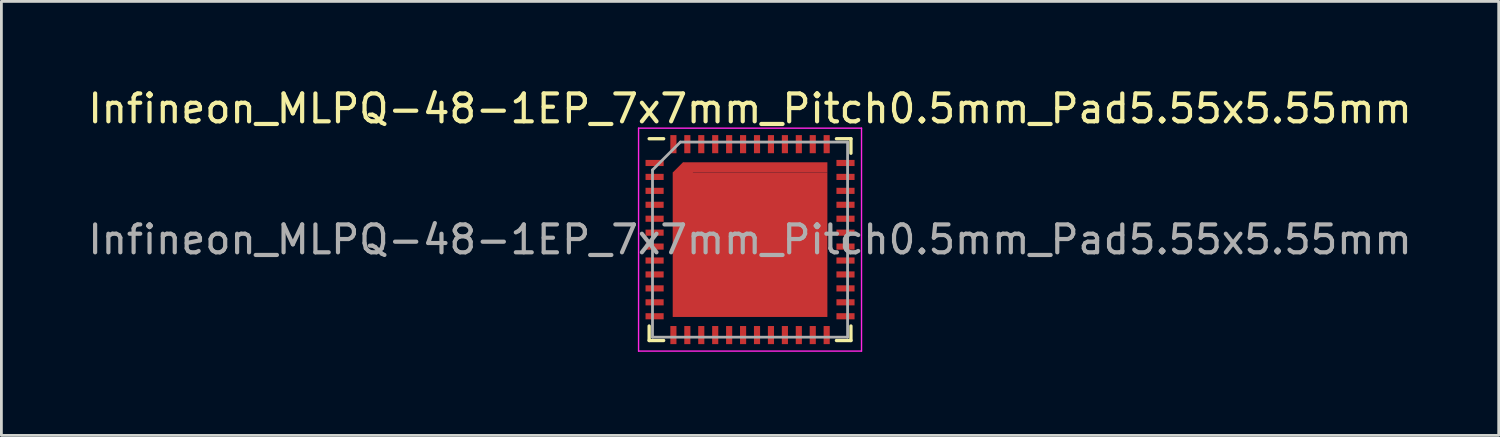
<source format=kicad_pcb>
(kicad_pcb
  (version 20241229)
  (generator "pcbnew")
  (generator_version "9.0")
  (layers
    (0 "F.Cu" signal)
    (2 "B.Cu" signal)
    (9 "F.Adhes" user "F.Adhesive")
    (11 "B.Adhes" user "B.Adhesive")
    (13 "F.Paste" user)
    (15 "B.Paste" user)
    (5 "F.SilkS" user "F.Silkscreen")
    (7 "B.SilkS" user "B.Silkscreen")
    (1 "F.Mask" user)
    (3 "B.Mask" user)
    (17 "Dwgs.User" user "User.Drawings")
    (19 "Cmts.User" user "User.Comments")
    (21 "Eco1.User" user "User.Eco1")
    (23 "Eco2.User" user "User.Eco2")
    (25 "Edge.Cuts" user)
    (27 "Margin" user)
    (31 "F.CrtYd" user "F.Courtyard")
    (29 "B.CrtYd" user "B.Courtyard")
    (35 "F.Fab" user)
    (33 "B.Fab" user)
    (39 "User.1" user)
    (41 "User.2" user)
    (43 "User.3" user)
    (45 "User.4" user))
  (footprint "Infineon_MLPQ-48-1EP_7x7mm_Pitch0.5mm_Pad5.55x5.55mm"
    (layer "F.Cu")
    (at 23.863 5.548)
    (property "Reference" "Infineon_MLPQ-48-1EP_7x7mm_Pitch0.5mm_Pad5.55x5.55mm" (at 0 -4.7 0) (layer "F.SilkS") (effects (font (size 1 1) (thickness 0.15))))
    (attr smd)
    (fp_line (start -3.62 -3.62) (end -3.1 -3.62) (stroke (width 0.12) (type solid)) (layer "F.SilkS"))
    (fp_line (start -3.62 3.62) (end -3.62 3.1) (stroke (width 0.12) (type solid)) (layer "F.SilkS"))
    (fp_line (start -3.1 3.62) (end -3.62 3.62) (stroke (width 0.12) (type solid)) (layer "F.SilkS"))
    (fp_line (start 3.1 -3.62) (end 3.62 -3.62) (stroke (width 0.12) (type solid)) (layer "F.SilkS"))
    (fp_line (start 3.1 3.62) (end 3.62 3.62) (stroke (width 0.12) (type solid)) (layer "F.SilkS"))
    (fp_line (start 3.62 -3.1) (end 3.62 -3.62) (stroke (width 0.12) (type solid)) (layer "F.SilkS"))
    (fp_line (start 3.62 3.62) (end 3.62 3.1) (stroke (width 0.12) (type solid)) (layer "F.SilkS"))
    (fp_line (start -4 -4) (end -4 4) (stroke (width 0.05) (type solid)) (layer "F.CrtYd"))
    (fp_line (start -4 4) (end 4 4) (stroke (width 0.05) (type solid)) (layer "F.CrtYd"))
    (fp_line (start 4 -4) (end -4 -4) (stroke (width 0.05) (type solid)) (layer "F.CrtYd"))
    (fp_line (start 4 4) (end 4 -4) (stroke (width 0.05) (type solid)) (layer "F.CrtYd"))
    (fp_line (start -3.5 3.5) (end -3.5 -2.5) (stroke (width 0.1) (type solid)) (layer "F.Fab"))
    (fp_line (start -2.5 -3.5) (end -3.5 -2.5) (stroke (width 0.1) (type solid)) (layer "F.Fab"))
    (fp_line (start 3.5 -3.5) (end -2.5 -3.5) (stroke (width 0.1) (type solid)) (layer "F.Fab"))
    (fp_line (start 3.5 -3.5) (end 3.5 3.5) (stroke (width 0.1) (type solid)) (layer "F.Fab"))
    (fp_line (start 3.5 3.5) (end -3.5 3.5) (stroke (width 0.1) (type solid)) (layer "F.Fab"))
    (fp_text user "${REFERENCE}" (at 0 0 0) (layer "F.Fab") (effects (font (size 1 1) (thickness 0.15))))
    (pad "" smd rect (at -3.425 -2.75) (size 0.55 0.22) (layers "F.Paste"))
    (pad "" smd rect (at -3.425 -2.25) (size 0.55 0.22) (layers "F.Paste"))
    (pad "" smd rect (at -3.425 -1.75) (size 0.55 0.22) (layers "F.Paste"))
    (pad "" smd rect (at -3.425 -1.25) (size 0.55 0.22) (layers "F.Paste"))
    (pad "" smd rect (at -3.425 -0.75) (size 0.55 0.22) (layers "F.Paste"))
    (pad "" smd rect (at -3.425 -0.25) (size 0.55 0.22) (layers "F.Paste"))
    (pad "" smd rect (at -3.425 0.25) (size 0.55 0.22) (layers "F.Paste"))
    (pad "" smd rect (at -3.425 0.75) (size 0.55 0.22) (layers "F.Paste"))
    (pad "" smd rect (at -3.425 1.25) (size 0.55 0.22) (layers "F.Paste"))
    (pad "" smd rect (at -3.425 1.75) (size 0.55 0.22) (layers "F.Paste"))
    (pad "" smd rect (at -3.425 2.25) (size 0.55 0.22) (layers "F.Paste"))
    (pad "" smd rect (at -3.425 2.75) (size 0.55 0.22) (layers "F.Paste"))
    (pad "" smd rect (at -2.75 -3.425) (size 0.22 0.55) (layers "F.Paste"))
    (pad "" smd rect (at -2.75 3.425) (size 0.22 0.55) (layers "F.Paste"))
    (pad "" smd rect (at -2.386 -2.386 45) (size 0.479 0.479) (layers "F.Paste"))
    (pad "" smd rect (at -2.25 -3.425) (size 0.22 0.55) (layers "F.Paste"))
    (pad "" smd rect (at -2.25 3.425) (size 0.22 0.55) (layers "F.Paste"))
    (pad "" smd rect (at -2.175 -2.006) (size 1.1 0.761) (layers "F.Paste"))
    (pad "" smd rect (at -2.175 -0.725) (size 1.1 1.1) (layers "F.Paste"))
    (pad "" smd rect (at -2.175 0.725) (size 1.1 1.1) (layers "F.Paste"))
    (pad "" smd rect (at -2.175 2.175) (size 1.1 1.1) (layers "F.Paste"))
    (pad "" smd rect (at -2.006 -2.555) (size 0.761 0.339) (layers "F.Paste"))
    (pad "" smd rect (at -1.75 -3.425) (size 0.22 0.55) (layers "F.Paste"))
    (pad "" smd rect (at -1.75 3.425) (size 0.22 0.55) (layers "F.Paste"))
    (pad "" smd rect (at -1.25 -3.425) (size 0.22 0.55) (layers "F.Paste"))
    (pad "" smd rect (at -1.25 3.425) (size 0.22 0.55) (layers "F.Paste"))
    (pad "" smd rect (at -0.75 -3.425) (size 0.22 0.55) (layers "F.Paste"))
    (pad "" smd rect (at -0.75 3.425) (size 0.22 0.55) (layers "F.Paste"))
    (pad "" smd rect (at -0.725 -2.175) (size 1.1 1.1) (layers "F.Paste"))
    (pad "" smd rect (at -0.725 -0.725) (size 1.1 1.1) (layers "F.Paste"))
    (pad "" smd rect (at -0.725 0.725) (size 1.1 1.1) (layers "F.Paste"))
    (pad "" smd rect (at -0.725 2.175) (size 1.1 1.1) (layers "F.Paste"))
    (pad "" smd rect (at -0.25 -3.425) (size 0.22 0.55) (layers "F.Paste"))
    (pad "" smd rect (at -0.25 3.425) (size 0.22 0.55) (layers "F.Paste"))
    (pad "" smd rect (at 0.25 -3.425) (size 0.22 0.55) (layers "F.Paste"))
    (pad "" smd rect (at 0.25 3.425) (size 0.22 0.55) (layers "F.Paste"))
    (pad "" smd rect (at 0.725 -2.175) (size 1.1 1.1) (layers "F.Paste"))
    (pad "" smd rect (at 0.725 -0.725) (size 1.1 1.1) (layers "F.Paste"))
    (pad "" smd rect (at 0.725 0.725) (size 1.1 1.1) (layers "F.Paste"))
    (pad "" smd rect (at 0.725 2.175) (size 1.1 1.1) (layers "F.Paste"))
    (pad "" smd rect (at 0.75 -3.425) (size 0.22 0.55) (layers "F.Paste"))
    (pad "" smd rect (at 0.75 3.425) (size 0.22 0.55) (layers "F.Paste"))
    (pad "" smd rect (at 1.25 -3.425) (size 0.22 0.55) (layers "F.Paste"))
    (pad "" smd rect (at 1.25 3.425) (size 0.22 0.55) (layers "F.Paste"))
    (pad "" smd rect (at 1.75 -3.425) (size 0.22 0.55) (layers "F.Paste"))
    (pad "" smd rect (at 1.75 3.425) (size 0.22 0.55) (layers "F.Paste"))
    (pad "" smd rect (at 2.175 -2.175) (size 1.1 1.1) (layers "F.Paste"))
    (pad "" smd rect (at 2.175 -0.725) (size 1.1 1.1) (layers "F.Paste"))
    (pad "" smd rect (at 2.175 0.725) (size 1.1 1.1) (layers "F.Paste"))
    (pad "" smd rect (at 2.175 2.175) (size 1.1 1.1) (layers "F.Paste"))
    (pad "" smd rect (at 2.25 -3.425) (size 0.22 0.55) (layers "F.Paste"))
    (pad "" smd rect (at 2.25 3.425) (size 0.22 0.55) (layers "F.Paste"))
    (pad "" smd rect (at 2.75 -3.425) (size 0.22 0.55) (layers "F.Paste"))
    (pad "" smd rect (at 2.75 3.425) (size 0.22 0.55) (layers "F.Paste"))
    (pad "" smd rect (at 3.425 -2.75) (size 0.55 0.22) (layers "F.Paste"))
    (pad "" smd rect (at 3.425 -2.25) (size 0.55 0.22) (layers "F.Paste"))
    (pad "" smd rect (at 3.425 -1.75) (size 0.55 0.22) (layers "F.Paste"))
    (pad "" smd rect (at 3.425 -1.25) (size 0.55 0.22) (layers "F.Paste"))
    (pad "" smd rect (at 3.425 -0.75) (size 0.55 0.22) (layers "F.Paste"))
    (pad "" smd rect (at 3.425 -0.25) (size 0.55 0.22) (layers "F.Paste"))
    (pad "" smd rect (at 3.425 0.25) (size 0.55 0.22) (layers "F.Paste"))
    (pad "" smd rect (at 3.425 0.75) (size 0.55 0.22) (layers "F.Paste"))
    (pad "" smd rect (at 3.425 1.25) (size 0.55 0.22) (layers "F.Paste"))
    (pad "" smd rect (at 3.425 1.75) (size 0.55 0.22) (layers "F.Paste"))
    (pad "" smd rect (at 3.425 2.25) (size 0.55 0.22) (layers "F.Paste"))
    (pad "" smd rect (at 3.425 2.75) (size 0.55 0.22) (layers "F.Paste"))
    (pad "1" smd rect (at -3.425 -2.75) (size 0.65 0.22) (layers "F.Cu" "F.Mask"))
    (pad "2" smd rect (at -3.425 -2.25) (size 0.65 0.22) (layers "F.Cu" "F.Mask"))
    (pad "3" smd rect (at -3.425 -1.75) (size 0.65 0.22) (layers "F.Cu" "F.Mask"))
    (pad "4" smd rect (at -3.425 -1.25) (size 0.65 0.22) (layers "F.Cu" "F.Mask"))
    (pad "5" smd rect (at -3.425 -0.75) (size 0.65 0.22) (layers "F.Cu" "F.Mask"))
    (pad "6" smd rect (at -3.425 -0.25) (size 0.65 0.22) (layers "F.Cu" "F.Mask"))
    (pad "7" smd rect (at -3.425 0.25) (size 0.65 0.22) (layers "F.Cu" "F.Mask"))
    (pad "8" smd rect (at -3.425 0.75) (size 0.65 0.22) (layers "F.Cu" "F.Mask"))
    (pad "9" smd rect (at -3.425 1.25) (size 0.65 0.22) (layers "F.Cu" "F.Mask"))
    (pad "10" smd rect (at -3.425 1.75) (size 0.65 0.22) (layers "F.Cu" "F.Mask"))
    (pad "11" smd rect (at -3.425 2.25) (size 0.65 0.22) (layers "F.Cu" "F.Mask"))
    (pad "12" smd rect (at -3.425 2.75) (size 0.65 0.22) (layers "F.Cu" "F.Mask"))
    (pad "13" smd rect (at -2.75 3.425) (size 0.22 0.65) (layers "F.Cu" "F.Mask"))
    (pad "14" smd rect (at -2.25 3.425) (size 0.22 0.65) (layers "F.Cu" "F.Mask"))
    (pad "15" smd rect (at -1.75 3.425) (size 0.22 0.65) (layers "F.Cu" "F.Mask"))
    (pad "16" smd rect (at -1.25 3.425) (size 0.22 0.65) (layers "F.Cu" "F.Mask"))
    (pad "17" smd rect (at -0.75 3.425) (size 0.22 0.65) (layers "F.Cu" "F.Mask"))
    (pad "18" smd rect (at -0.25 3.425) (size 0.22 0.65) (layers "F.Cu" "F.Mask"))
    (pad "19" smd rect (at 0.25 3.425) (size 0.22 0.65) (layers "F.Cu" "F.Mask"))
    (pad "20" smd rect (at 0.75 3.425) (size 0.22 0.65) (layers "F.Cu" "F.Mask"))
    (pad "21" smd rect (at 1.25 3.425) (size 0.22 0.65) (layers "F.Cu" "F.Mask"))
    (pad "22" smd rect (at 1.75 3.425) (size 0.22 0.65) (layers "F.Cu" "F.Mask"))
    (pad "23" smd rect (at 2.25 3.425) (size 0.22 0.65) (layers "F.Cu" "F.Mask"))
    (pad "24" smd rect (at 2.75 3.425) (size 0.22 0.65) (layers "F.Cu" "F.Mask"))
    (pad "25" smd rect (at 3.425 2.75) (size 0.65 0.22) (layers "F.Cu" "F.Mask"))
    (pad "26" smd rect (at 3.425 2.25) (size 0.65 0.22) (layers "F.Cu" "F.Mask"))
    (pad "27" smd rect (at 3.425 1.75) (size 0.65 0.22) (layers "F.Cu" "F.Mask"))
    (pad "28" smd rect (at 3.425 1.25) (size 0.65 0.22) (layers "F.Cu" "F.Mask"))
    (pad "29" smd rect (at 3.425 0.75) (size 0.65 0.22) (layers "F.Cu" "F.Mask"))
    (pad "30" smd rect (at 3.425 0.25) (size 0.65 0.22) (layers "F.Cu" "F.Mask"))
    (pad "31" smd rect (at 3.425 -0.25) (size 0.65 0.22) (layers "F.Cu" "F.Mask"))
    (pad "32" smd rect (at 3.425 -0.75) (size 0.65 0.22) (layers "F.Cu" "F.Mask"))
    (pad "33" smd rect (at 3.425 -1.25) (size 0.65 0.22) (layers "F.Cu" "F.Mask"))
    (pad "34" smd rect (at 3.425 -1.75) (size 0.65 0.22) (layers "F.Cu" "F.Mask"))
    (pad "35" smd rect (at 3.425 -2.25) (size 0.65 0.22) (layers "F.Cu" "F.Mask"))
    (pad "36" smd rect (at 3.425 -2.75) (size 0.65 0.22) (layers "F.Cu" "F.Mask"))
    (pad "37" smd rect (at 2.75 -3.425) (size 0.22 0.65) (layers "F.Cu" "F.Mask"))
    (pad "38" smd rect (at 2.25 -3.425) (size 0.22 0.65) (layers "F.Cu" "F.Mask"))
    (pad "39" smd rect (at 1.75 -3.425) (size 0.22 0.65) (layers "F.Cu" "F.Mask"))
    (pad "40" smd rect (at 1.25 -3.425) (size 0.22 0.65) (layers "F.Cu" "F.Mask"))
    (pad "41" smd rect (at 0.75 -3.425) (size 0.22 0.65) (layers "F.Cu" "F.Mask"))
    (pad "42" smd rect (at 0.25 -3.425) (size 0.22 0.65) (layers "F.Cu" "F.Mask"))
    (pad "43" smd rect (at -0.25 -3.425) (size 0.22 0.65) (layers "F.Cu" "F.Mask"))
    (pad "44" smd rect (at -0.75 -3.425) (size 0.22 0.65) (layers "F.Cu" "F.Mask"))
    (pad "45" smd rect (at -1.25 -3.425) (size 0.22 0.65) (layers "F.Cu" "F.Mask"))
    (pad "46" smd rect (at -1.75 -3.425) (size 0.22 0.65) (layers "F.Cu" "F.Mask"))
    (pad "47" smd rect (at -2.25 -3.425) (size 0.22 0.65) (layers "F.Cu" "F.Mask"))
    (pad "48" smd rect (at -2.75 -3.425) (size 0.22 0.65) (layers "F.Cu" "F.Mask"))
    (pad "49" smd rect (at -2.407 -2.407 45) (size 0.52 0.52) (layers "F.Cu" "F.Mask"))
    (pad "49" smd rect (at 0 0.184) (size 5.55 5.182) (layers "F.Cu" "F.Mask"))
    (pad "49" smd rect (at 0.184 -2.591) (size 5.182 0.368) (layers "F.Cu" "F.Mask")))
  (gr_rect
    (start -3 -3)
    (end 50.726 12.573)
    (stroke (width 0.1) (type default))
    (fill no)
    (layer "Edge.Cuts")))
</source>
